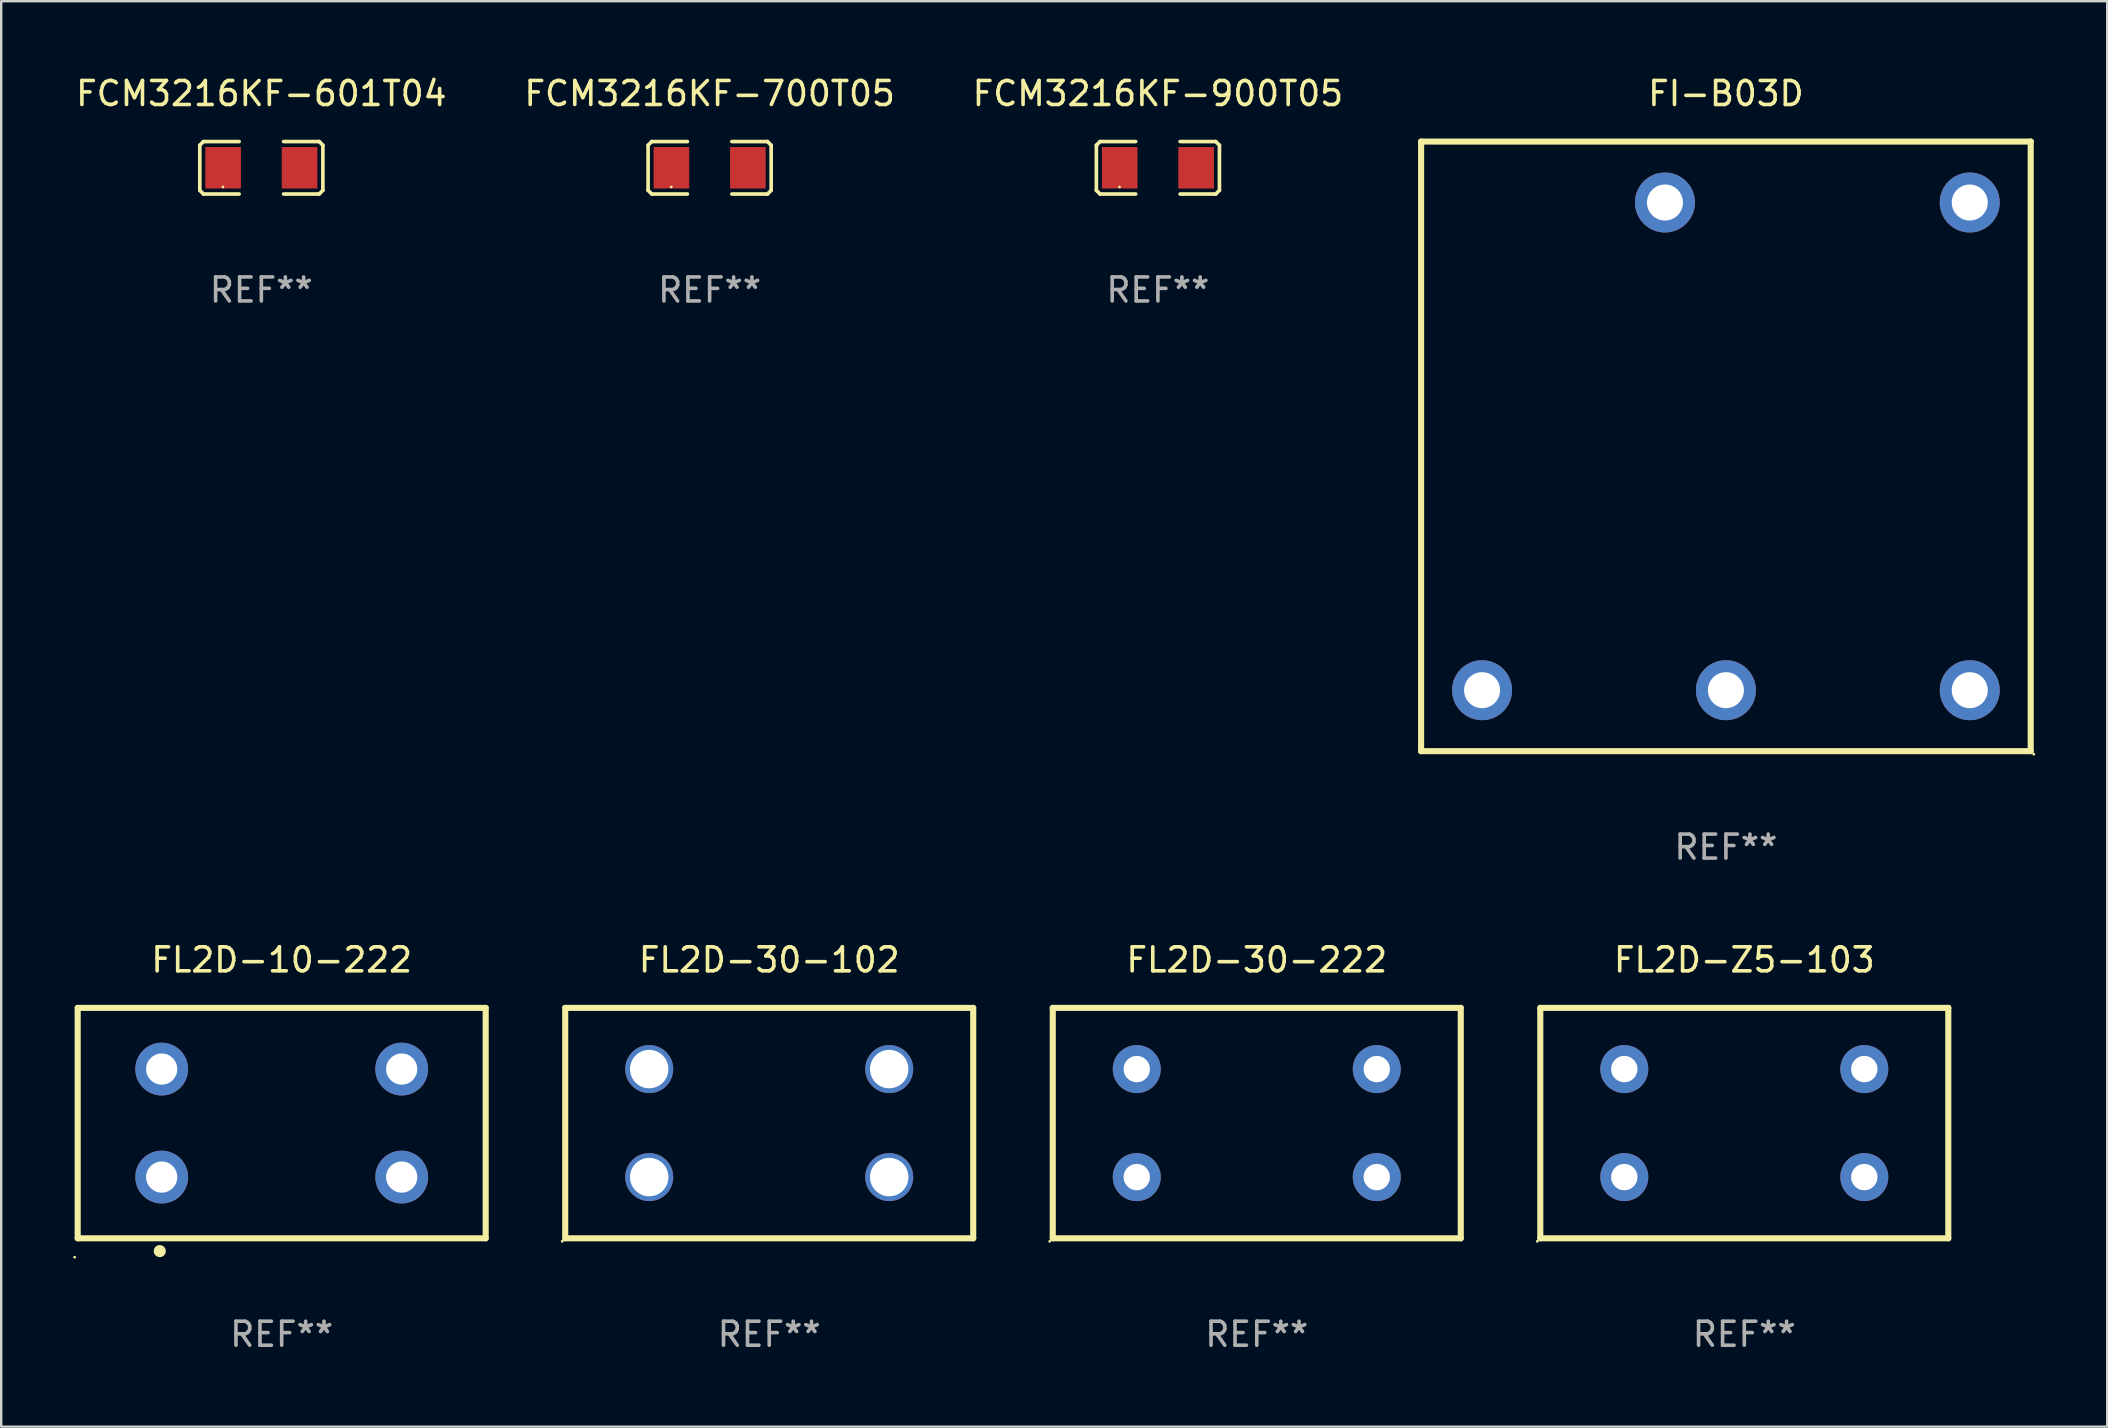
<source format=kicad_pcb>
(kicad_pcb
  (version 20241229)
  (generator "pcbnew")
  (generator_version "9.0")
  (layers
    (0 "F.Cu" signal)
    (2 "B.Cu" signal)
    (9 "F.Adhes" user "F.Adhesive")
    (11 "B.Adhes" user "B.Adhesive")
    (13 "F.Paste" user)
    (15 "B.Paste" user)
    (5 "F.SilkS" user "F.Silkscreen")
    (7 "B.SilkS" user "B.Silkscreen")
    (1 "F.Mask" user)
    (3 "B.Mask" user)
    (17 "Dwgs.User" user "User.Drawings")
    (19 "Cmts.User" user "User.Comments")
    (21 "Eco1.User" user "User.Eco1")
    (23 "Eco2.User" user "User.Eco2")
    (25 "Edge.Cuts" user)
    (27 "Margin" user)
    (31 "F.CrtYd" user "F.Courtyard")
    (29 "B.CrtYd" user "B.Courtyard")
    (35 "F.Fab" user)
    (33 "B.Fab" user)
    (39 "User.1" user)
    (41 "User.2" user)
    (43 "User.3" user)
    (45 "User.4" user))
  (footprint "FI-B03D"
    (layer "F.Cu")
    (at 68.863 15.548)
    (property "Reference" "FI-B03D" (at 0 -14.7 0) (layer "F.SilkS") (effects (font (size 1 1) (thickness 0.15))))
    (attr through_hole)
    (fp_line (start -12.7 -12.7) (end -12.7 12.7) (stroke (width 0.254) (type solid)) (layer "F.SilkS"))
    (fp_line (start -12.7 12.7) (end 12.7 12.7) (stroke (width 0.254) (type solid)) (layer "F.SilkS"))
    (fp_line (start 12.7 -12.7) (end -12.7 -12.7) (stroke (width 0.254) (type solid)) (layer "F.SilkS"))
    (fp_line (start 12.7 12.7) (end 12.7 -12.7) (stroke (width 0.254) (type solid)) (layer "F.SilkS"))
    (fp_circle (center 12.827 12.827) (end 12.857 12.827) (stroke (width 0.06) (type solid)) (fill no) (layer "F.SilkS"))
    (fp_text user "REF**" (at 0 16.7 0) (layer "F.Fab") (effects (font (size 1 1) (thickness 0.15))))
    (pad "1" thru_hole circle (at 10.16 10.16) (size 2.5 2.5) (drill 1.5) (layers "*.Cu" "*.Mask"))
    (pad "2" thru_hole circle (at 0 10.16) (size 2.5 2.5) (drill 1.5) (layers "*.Cu" "*.Mask"))
    (pad "3" thru_hole circle (at -10.16 10.16) (size 2.5 2.5) (drill 1.5) (layers "*.Cu" "*.Mask"))
    (pad "4" thru_hole circle (at -2.54 -10.16) (size 2.5 2.5) (drill 1.5) (layers "*.Cu" "*.Mask"))
    (pad "5" thru_hole circle (at 10.16 -10.16) (size 2.5 2.5) (drill 1.5) (layers "*.Cu" "*.Mask")))
  (footprint "FL2D-30-102"
    (layer "F.Cu")
    (at 29.001 43.745)
    (property "Reference" "FL2D-30-102" (at 0 -6.8 0) (layer "F.SilkS") (effects (font (size 1 1) (thickness 0.15))))
    (attr through_hole)
    (fp_line (start -8.5 -4.8) (end 8.5 -4.8) (stroke (width 0.254) (type solid)) (layer "F.SilkS"))
    (fp_line (start -8.5 4.8) (end -8.5 -4.8) (stroke (width 0.254) (type solid)) (layer "F.SilkS"))
    (fp_line (start 8.5 -4.8) (end 8.5 4.8) (stroke (width 0.254) (type solid)) (layer "F.SilkS"))
    (fp_line (start 8.5 4.8) (end -8.5 4.8) (stroke (width 0.254) (type solid)) (layer "F.SilkS"))
    (fp_circle (center -8.627 4.927) (end -8.597 4.927) (stroke (width 0.06) (type solid)) (fill no) (layer "F.SilkS"))
    (fp_text user "REF**" (at 0 8.8 0) (layer "F.Fab") (effects (font (size 1 1) (thickness 0.15))))
    (pad "1" thru_hole circle (at -5 2.25) (size 2 2) (drill 1.6) (layers "*.Cu" "*.Mask"))
    (pad "2" thru_hole circle (at 5 2.25) (size 2 2) (drill 1.6) (layers "*.Cu" "*.Mask"))
    (pad "3" thru_hole circle (at 5 -2.25) (size 2 2) (drill 1.6) (layers "*.Cu" "*.Mask"))
    (pad "4" thru_hole circle (at -5 -2.25) (size 2 2) (drill 1.6) (layers "*.Cu" "*.Mask")))
  (footprint "FL2D-10-222"
    (layer "F.Cu")
    (at 8.687 43.745)
    (property "Reference" "FL2D-10-222" (at 0 -6.8 0) (layer "F.SilkS") (effects (font (size 1 1) (thickness 0.15))))
    (attr through_hole)
    (fp_line (start -8.5 -4.8) (end -8.5 4.8) (stroke (width 0.254) (type solid)) (layer "F.SilkS"))
    (fp_line (start -8.5 -4.8) (end 8.5 -4.8) (stroke (width 0.254) (type solid)) (layer "F.SilkS"))
    (fp_line (start -8.5 4.8) (end 8.5 4.8) (stroke (width 0.254) (type solid)) (layer "F.SilkS"))
    (fp_line (start 8.5 -4.8) (end 8.5 4.8) (stroke (width 0.254) (type solid)) (layer "F.SilkS"))
    (fp_circle (center -8.627 5.588) (end -8.597 5.588) (stroke (width 0.06) (type solid)) (fill no) (layer "F.SilkS"))
    (fp_circle (center -5.08 5.334) (end -4.953 5.334) (stroke (width 0.254) (type solid)) (fill no) (layer "F.SilkS"))
    (fp_text user "REF**" (at 0 8.8 0) (layer "F.Fab") (effects (font (size 1 1) (thickness 0.15))))
    (pad "1" thru_hole circle (at -5 2.25) (size 2.2 2.2) (drill 1.3) (layers "*.Cu" "*.Mask"))
    (pad "2" thru_hole circle (at 5 2.25) (size 2.2 2.2) (drill 1.3) (layers "*.Cu" "*.Mask"))
    (pad "3" thru_hole circle (at 5 -2.25) (size 2.2 2.2) (drill 1.3) (layers "*.Cu" "*.Mask"))
    (pad "4" thru_hole circle (at -5 -2.25) (size 2.2 2.2) (drill 1.3) (layers "*.Cu" "*.Mask")))
  (footprint "FL2D-Z5-103"
    (layer "F.Cu")
    (at 69.629 43.745)
    (property "Reference" "FL2D-Z5-103" (at 0 -6.8 0) (layer "F.SilkS") (effects (font (size 1 1) (thickness 0.15))))
    (attr through_hole)
    (fp_line (start -8.5 -4.8) (end 8.5 -4.8) (stroke (width 0.254) (type solid)) (layer "F.SilkS"))
    (fp_line (start -8.5 4.8) (end -8.5 -4.8) (stroke (width 0.254) (type solid)) (layer "F.SilkS"))
    (fp_line (start 8.5 -4.8) (end 8.5 4.8) (stroke (width 0.254) (type solid)) (layer "F.SilkS"))
    (fp_line (start 8.5 4.8) (end -8.5 4.8) (stroke (width 0.254) (type solid)) (layer "F.SilkS"))
    (fp_circle (center -8.627 4.927) (end -8.597 4.927) (stroke (width 0.06) (type solid)) (fill no) (layer "F.SilkS"))
    (fp_text user "REF**" (at 0 8.8 0) (layer "F.Fab") (effects (font (size 1 1) (thickness 0.15))))
    (pad "1" thru_hole circle (at -5 2.25) (size 2 2) (drill 1.1) (layers "*.Cu" "*.Mask"))
    (pad "2" thru_hole circle (at 5 2.25) (size 2 2) (drill 1.1) (layers "*.Cu" "*.Mask"))
    (pad "3" thru_hole circle (at 5 -2.25) (size 2 2) (drill 1.1) (layers "*.Cu" "*.Mask"))
    (pad "4" thru_hole circle (at -5 -2.25) (size 2 2) (drill 1.1) (layers "*.Cu" "*.Mask")))
  (footprint "FCM3216KF-601T04"
    (layer "F.Cu")
    (at 7.839 3.941)
    (property "Reference" "FCM3216KF-601T04" (at 0 -3.093 0) (layer "F.SilkS") (effects (font (size 1 1) (thickness 0.15))))
    (attr through_hole)
    (fp_line (start -2.564 -0.94) (end -2.411 -1.093) (stroke (width 0.152) (type solid)) (layer "F.SilkS"))
    (fp_line (start -2.564 0.94) (end -2.564 -0.94) (stroke (width 0.152) (type solid)) (layer "F.SilkS"))
    (fp_line (start -2.411 -1.093) (end -0.926 -1.093) (stroke (width 0.152) (type solid)) (layer "F.SilkS"))
    (fp_line (start -2.411 1.093) (end -2.564 0.94) (stroke (width 0.152) (type solid)) (layer "F.SilkS"))
    (fp_line (start -0.926 1.093) (end -2.411 1.093) (stroke (width 0.152) (type solid)) (layer "F.SilkS"))
    (fp_line (start 0.926 1.093) (end 2.411 1.093) (stroke (width 0.152) (type solid)) (layer "F.SilkS"))
    (fp_line (start 2.411 -1.093) (end 0.926 -1.093) (stroke (width 0.152) (type solid)) (layer "F.SilkS"))
    (fp_line (start 2.411 1.093) (end 2.564 0.94) (stroke (width 0.152) (type solid)) (layer "F.SilkS"))
    (fp_line (start 2.564 -0.94) (end 2.411 -1.093) (stroke (width 0.152) (type solid)) (layer "F.SilkS"))
    (fp_line (start 2.564 0.94) (end 2.564 -0.94) (stroke (width 0.152) (type solid)) (layer "F.SilkS"))
    (fp_circle (center -1.6 0.8) (end -1.57 0.8) (stroke (width 0.06) (type solid)) (fill no) (layer "F.SilkS"))
    (fp_text user "REF**" (at 0 5.093 0) (layer "F.Fab") (effects (font (size 1 1) (thickness 0.15))))
    (pad "1" smd rect (at -1.593 0) (size 1.485 1.728) (layers "F.Cu" "F.Mask" "F.Paste"))
    (pad "2" smd rect (at 1.593 0) (size 1.485 1.728) (layers "F.Cu" "F.Mask" "F.Paste")))
  (footprint "FL2D-30-222"
    (layer "F.Cu")
    (at 49.315 43.745)
    (property "Reference" "FL2D-30-222" (at 0 -6.8 0) (layer "F.SilkS") (effects (font (size 1 1) (thickness 0.15))))
    (attr through_hole)
    (fp_line (start -8.5 -4.8) (end 8.5 -4.8) (stroke (width 0.254) (type solid)) (layer "F.SilkS"))
    (fp_line (start -8.5 4.8) (end -8.5 -4.8) (stroke (width 0.254) (type solid)) (layer "F.SilkS"))
    (fp_line (start 8.5 -4.8) (end 8.5 4.8) (stroke (width 0.254) (type solid)) (layer "F.SilkS"))
    (fp_line (start 8.5 4.8) (end -8.5 4.8) (stroke (width 0.254) (type solid)) (layer "F.SilkS"))
    (fp_circle (center -8.627 4.927) (end -8.597 4.927) (stroke (width 0.06) (type solid)) (fill no) (layer "F.SilkS"))
    (fp_text user "REF**" (at 0 8.8 0) (layer "F.Fab") (effects (font (size 1 1) (thickness 0.15))))
    (pad "1" thru_hole circle (at -5 2.25) (size 2 2) (drill 1.1) (layers "*.Cu" "*.Mask"))
    (pad "2" thru_hole circle (at 5 2.25) (size 2 2) (drill 1.1) (layers "*.Cu" "*.Mask"))
    (pad "3" thru_hole circle (at 5 -2.25) (size 2 2) (drill 1.1) (layers "*.Cu" "*.Mask"))
    (pad "4" thru_hole circle (at -5 -2.25) (size 2 2) (drill 1.1) (layers "*.Cu" "*.Mask")))
  (footprint "FCM3216KF-700T05"
    (layer "F.Cu")
    (at 26.518 3.941)
    (property "Reference" "FCM3216KF-700T05" (at 0 -3.093 0) (layer "F.SilkS") (effects (font (size 1 1) (thickness 0.15))))
    (attr through_hole)
    (fp_line (start -2.564 -0.94) (end -2.411 -1.093) (stroke (width 0.152) (type solid)) (layer "F.SilkS"))
    (fp_line (start -2.564 0.94) (end -2.564 -0.94) (stroke (width 0.152) (type solid)) (layer "F.SilkS"))
    (fp_line (start -2.411 -1.093) (end -0.926 -1.093) (stroke (width 0.152) (type solid)) (layer "F.SilkS"))
    (fp_line (start -2.411 1.093) (end -2.564 0.94) (stroke (width 0.152) (type solid)) (layer "F.SilkS"))
    (fp_line (start -0.926 1.093) (end -2.411 1.093) (stroke (width 0.152) (type solid)) (layer "F.SilkS"))
    (fp_line (start 0.926 1.093) (end 2.411 1.093) (stroke (width 0.152) (type solid)) (layer "F.SilkS"))
    (fp_line (start 2.411 -1.093) (end 0.926 -1.093) (stroke (width 0.152) (type solid)) (layer "F.SilkS"))
    (fp_line (start 2.411 1.093) (end 2.564 0.94) (stroke (width 0.152) (type solid)) (layer "F.SilkS"))
    (fp_line (start 2.564 -0.94) (end 2.411 -1.093) (stroke (width 0.152) (type solid)) (layer "F.SilkS"))
    (fp_line (start 2.564 0.94) (end 2.564 -0.94) (stroke (width 0.152) (type solid)) (layer "F.SilkS"))
    (fp_circle (center -1.6 0.8) (end -1.57 0.8) (stroke (width 0.06) (type solid)) (fill no) (layer "F.SilkS"))
    (fp_text user "REF**" (at 0 5.093 0) (layer "F.Fab") (effects (font (size 1 1) (thickness 0.15))))
    (pad "1" smd rect (at -1.593 0) (size 1.485 1.728) (layers "F.Cu" "F.Mask" "F.Paste"))
    (pad "2" smd rect (at 1.593 0) (size 1.485 1.728) (layers "F.Cu" "F.Mask" "F.Paste")))
  (footprint "FCM3216KF-900T05"
    (layer "F.Cu")
    (at 45.196 3.941)
    (property "Reference" "FCM3216KF-900T05" (at 0 -3.093 0) (layer "F.SilkS") (effects (font (size 1 1) (thickness 0.15))))
    (attr through_hole)
    (fp_line (start -2.564 -0.94) (end -2.411 -1.093) (stroke (width 0.152) (type solid)) (layer "F.SilkS"))
    (fp_line (start -2.564 0.94) (end -2.564 -0.94) (stroke (width 0.152) (type solid)) (layer "F.SilkS"))
    (fp_line (start -2.411 -1.093) (end -0.926 -1.093) (stroke (width 0.152) (type solid)) (layer "F.SilkS"))
    (fp_line (start -2.411 1.093) (end -2.564 0.94) (stroke (width 0.152) (type solid)) (layer "F.SilkS"))
    (fp_line (start -0.926 1.093) (end -2.411 1.093) (stroke (width 0.152) (type solid)) (layer "F.SilkS"))
    (fp_line (start 0.926 1.093) (end 2.411 1.093) (stroke (width 0.152) (type solid)) (layer "F.SilkS"))
    (fp_line (start 2.411 -1.093) (end 0.926 -1.093) (stroke (width 0.152) (type solid)) (layer "F.SilkS"))
    (fp_line (start 2.411 1.093) (end 2.564 0.94) (stroke (width 0.152) (type solid)) (layer "F.SilkS"))
    (fp_line (start 2.564 -0.94) (end 2.411 -1.093) (stroke (width 0.152) (type solid)) (layer "F.SilkS"))
    (fp_line (start 2.564 0.94) (end 2.564 -0.94) (stroke (width 0.152) (type solid)) (layer "F.SilkS"))
    (fp_circle (center -1.6 0.8) (end -1.57 0.8) (stroke (width 0.06) (type solid)) (fill no) (layer "F.SilkS"))
    (fp_text user "REF**" (at 0 5.093 0) (layer "F.Fab") (effects (font (size 1 1) (thickness 0.15))))
    (pad "1" smd rect (at -1.593 0) (size 1.485 1.728) (layers "F.Cu" "F.Mask" "F.Paste"))
    (pad "2" smd rect (at 1.593 0) (size 1.485 1.728) (layers "F.Cu" "F.Mask" "F.Paste")))
  (gr_rect
    (start -3 -3)
    (end 84.75 56.393)
    (stroke (width 0.1) (type default))
    (fill no)
    (layer "Edge.Cuts")))
</source>
